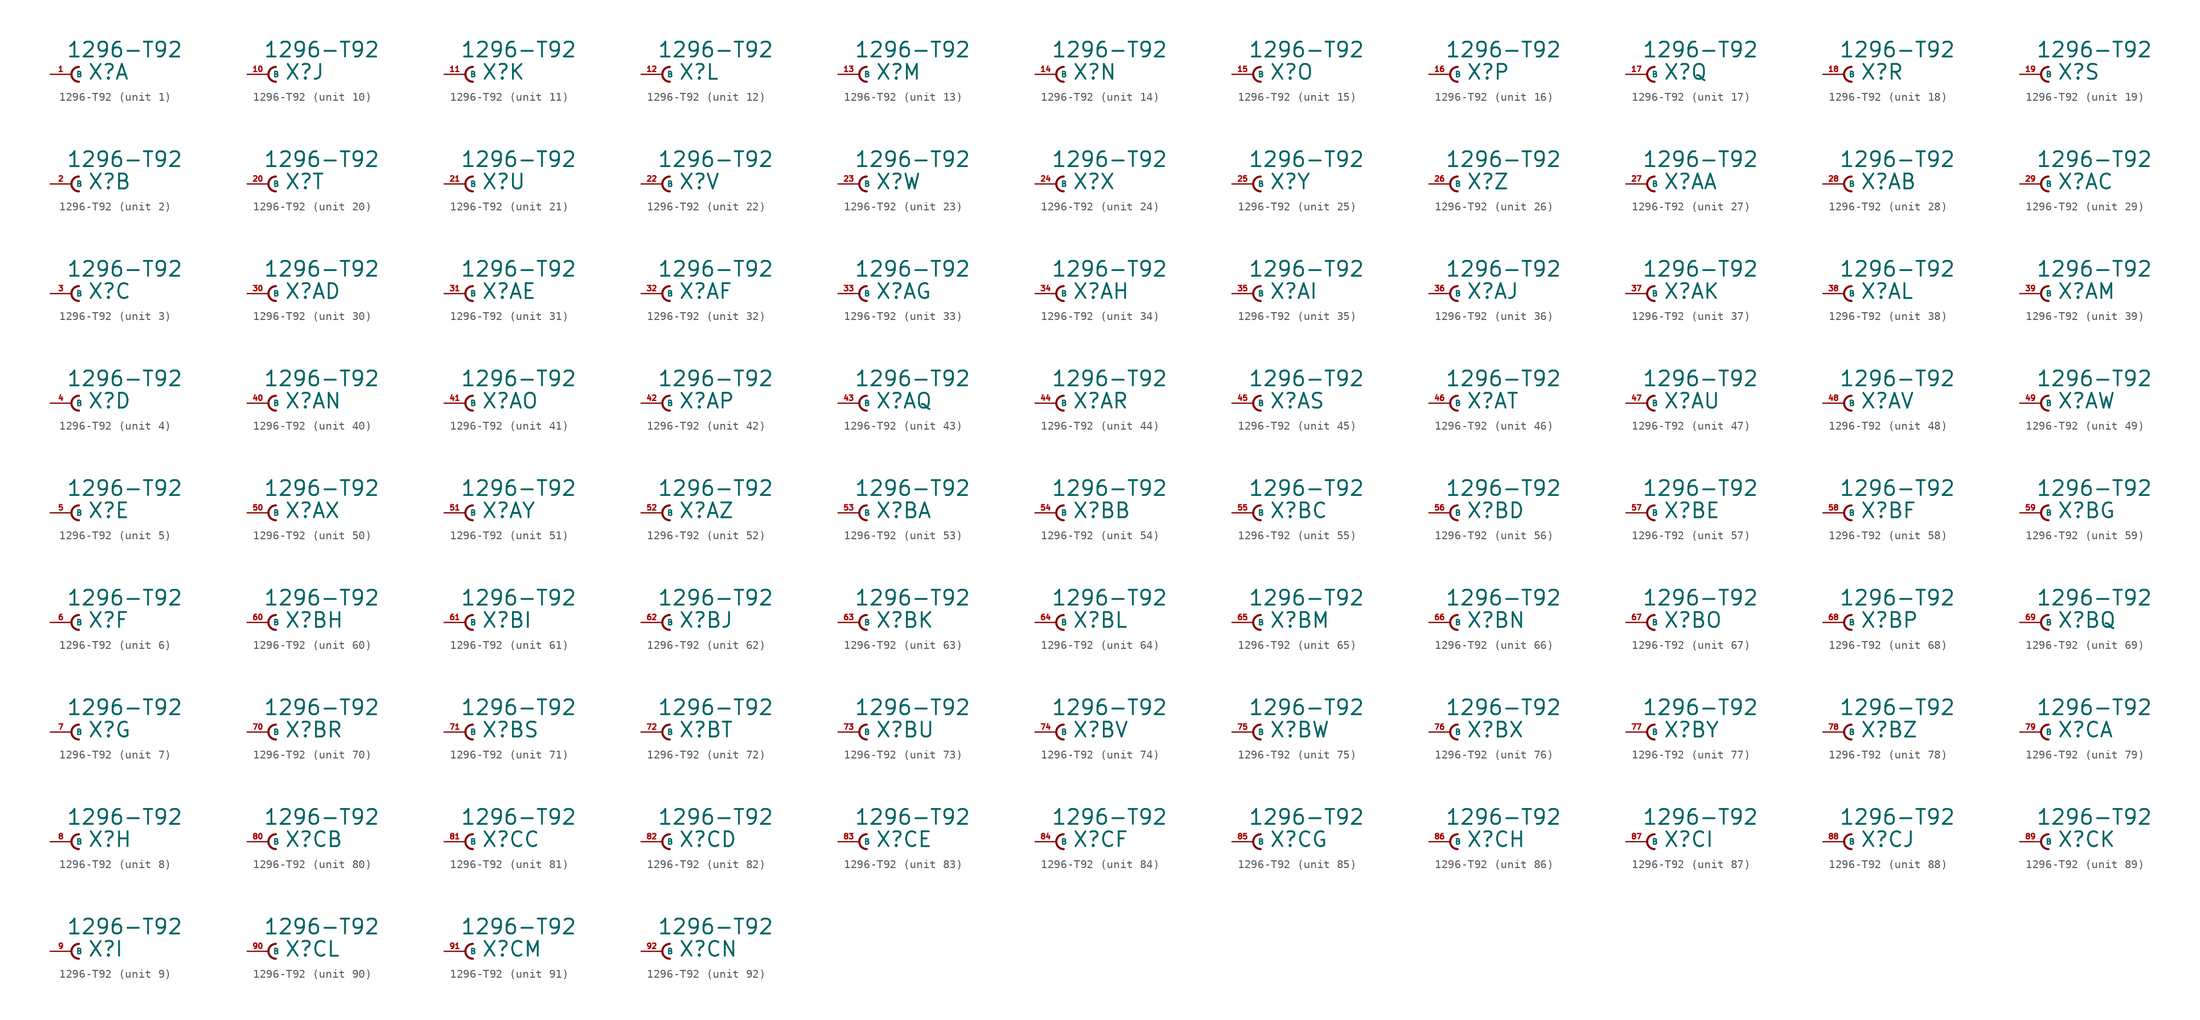
<source format=kicad_sym>
(kicad_symbol_lib
  (version 20220914)
  (generator Eagle2Kicad)
  (symbol "1296-T92"
    (property "Reference" "X"
      (at 1.905 -0.762 0)
      (effects (font (size 1.778 1.778) (thickness 0.22)) (justify left bottom)))
    (property "Value" "1296-T92"
      (at -0.635 1.905 0)
      (effects (font (size 1.778 1.778) (thickness 0.22)) (justify left bottom)))
    (symbol "1296-T92_1_0"
      (arc (start 0.889 0.889) (mid 0.000 0.000) (end 0.889 -0.889) (stroke (width 0.254) (type default)) (fill (type none)))
      (pin passive line (at -2.54 0 0) (length 2.54) (name "B" (effects (font (size 0.635 0.635) (thickness 0.08)) (justify left bottom))) (number "1" (effects (font (size 0.635 0.635) (thickness 0.08)) (justify left bottom)))))
    (symbol "1296-T92_2_0"
      (arc (start 0.889 0.889) (mid 0.000 0.000) (end 0.889 -0.889) (stroke (width 0.254) (type default)) (fill (type none)))
      (pin passive line (at -2.54 0 0) (length 2.54) (name "B" (effects (font (size 0.635 0.635) (thickness 0.08)) (justify left bottom))) (number "2" (effects (font (size 0.635 0.635) (thickness 0.08)) (justify left bottom)))))
    (symbol "1296-T92_3_0"
      (arc (start 0.889 0.889) (mid 0.000 0.000) (end 0.889 -0.889) (stroke (width 0.254) (type default)) (fill (type none)))
      (pin passive line (at -2.54 0 0) (length 2.54) (name "B" (effects (font (size 0.635 0.635) (thickness 0.08)) (justify left bottom))) (number "3" (effects (font (size 0.635 0.635) (thickness 0.08)) (justify left bottom)))))
    (symbol "1296-T92_4_0"
      (arc (start 0.889 0.889) (mid 0.000 0.000) (end 0.889 -0.889) (stroke (width 0.254) (type default)) (fill (type none)))
      (pin passive line (at -2.54 0 0) (length 2.54) (name "B" (effects (font (size 0.635 0.635) (thickness 0.08)) (justify left bottom))) (number "4" (effects (font (size 0.635 0.635) (thickness 0.08)) (justify left bottom)))))
    (symbol "1296-T92_5_0"
      (arc (start 0.889 0.889) (mid 0.000 0.000) (end 0.889 -0.889) (stroke (width 0.254) (type default)) (fill (type none)))
      (pin passive line (at -2.54 0 0) (length 2.54) (name "B" (effects (font (size 0.635 0.635) (thickness 0.08)) (justify left bottom))) (number "5" (effects (font (size 0.635 0.635) (thickness 0.08)) (justify left bottom)))))
    (symbol "1296-T92_6_0"
      (arc (start 0.889 0.889) (mid 0.000 0.000) (end 0.889 -0.889) (stroke (width 0.254) (type default)) (fill (type none)))
      (pin passive line (at -2.54 0 0) (length 2.54) (name "B" (effects (font (size 0.635 0.635) (thickness 0.08)) (justify left bottom))) (number "6" (effects (font (size 0.635 0.635) (thickness 0.08)) (justify left bottom)))))
    (symbol "1296-T92_7_0"
      (arc (start 0.889 0.889) (mid 0.000 0.000) (end 0.889 -0.889) (stroke (width 0.254) (type default)) (fill (type none)))
      (pin passive line (at -2.54 0 0) (length 2.54) (name "B" (effects (font (size 0.635 0.635) (thickness 0.08)) (justify left bottom))) (number "7" (effects (font (size 0.635 0.635) (thickness 0.08)) (justify left bottom)))))
    (symbol "1296-T92_8_0"
      (arc (start 0.889 0.889) (mid 0.000 0.000) (end 0.889 -0.889) (stroke (width 0.254) (type default)) (fill (type none)))
      (pin passive line (at -2.54 0 0) (length 2.54) (name "B" (effects (font (size 0.635 0.635) (thickness 0.08)) (justify left bottom))) (number "8" (effects (font (size 0.635 0.635) (thickness 0.08)) (justify left bottom)))))
    (symbol "1296-T92_9_0"
      (arc (start 0.889 0.889) (mid 0.000 0.000) (end 0.889 -0.889) (stroke (width 0.254) (type default)) (fill (type none)))
      (pin passive line (at -2.54 0 0) (length 2.54) (name "B" (effects (font (size 0.635 0.635) (thickness 0.08)) (justify left bottom))) (number "9" (effects (font (size 0.635 0.635) (thickness 0.08)) (justify left bottom)))))
    (symbol "1296-T92_10_0"
      (arc (start 0.889 0.889) (mid 0.000 0.000) (end 0.889 -0.889) (stroke (width 0.254) (type default)) (fill (type none)))
      (pin passive line (at -2.54 0 0) (length 2.54) (name "B" (effects (font (size 0.635 0.635) (thickness 0.08)) (justify left bottom))) (number "10" (effects (font (size 0.635 0.635) (thickness 0.08)) (justify left bottom)))))
    (symbol "1296-T92_11_0"
      (arc (start 0.889 0.889) (mid 0.000 0.000) (end 0.889 -0.889) (stroke (width 0.254) (type default)) (fill (type none)))
      (pin passive line (at -2.54 0 0) (length 2.54) (name "B" (effects (font (size 0.635 0.635) (thickness 0.08)) (justify left bottom))) (number "11" (effects (font (size 0.635 0.635) (thickness 0.08)) (justify left bottom)))))
    (symbol "1296-T92_12_0"
      (arc (start 0.889 0.889) (mid 0.000 0.000) (end 0.889 -0.889) (stroke (width 0.254) (type default)) (fill (type none)))
      (pin passive line (at -2.54 0 0) (length 2.54) (name "B" (effects (font (size 0.635 0.635) (thickness 0.08)) (justify left bottom))) (number "12" (effects (font (size 0.635 0.635) (thickness 0.08)) (justify left bottom)))))
    (symbol "1296-T92_13_0"
      (arc (start 0.889 0.889) (mid 0.000 0.000) (end 0.889 -0.889) (stroke (width 0.254) (type default)) (fill (type none)))
      (pin passive line (at -2.54 0 0) (length 2.54) (name "B" (effects (font (size 0.635 0.635) (thickness 0.08)) (justify left bottom))) (number "13" (effects (font (size 0.635 0.635) (thickness 0.08)) (justify left bottom)))))
    (symbol "1296-T92_14_0"
      (arc (start 0.889 0.889) (mid 0.000 0.000) (end 0.889 -0.889) (stroke (width 0.254) (type default)) (fill (type none)))
      (pin passive line (at -2.54 0 0) (length 2.54) (name "B" (effects (font (size 0.635 0.635) (thickness 0.08)) (justify left bottom))) (number "14" (effects (font (size 0.635 0.635) (thickness 0.08)) (justify left bottom)))))
    (symbol "1296-T92_15_0"
      (arc (start 0.889 0.889) (mid 0.000 0.000) (end 0.889 -0.889) (stroke (width 0.254) (type default)) (fill (type none)))
      (pin passive line (at -2.54 0 0) (length 2.54) (name "B" (effects (font (size 0.635 0.635) (thickness 0.08)) (justify left bottom))) (number "15" (effects (font (size 0.635 0.635) (thickness 0.08)) (justify left bottom)))))
    (symbol "1296-T92_16_0"
      (arc (start 0.889 0.889) (mid 0.000 0.000) (end 0.889 -0.889) (stroke (width 0.254) (type default)) (fill (type none)))
      (pin passive line (at -2.54 0 0) (length 2.54) (name "B" (effects (font (size 0.635 0.635) (thickness 0.08)) (justify left bottom))) (number "16" (effects (font (size 0.635 0.635) (thickness 0.08)) (justify left bottom)))))
    (symbol "1296-T92_17_0"
      (arc (start 0.889 0.889) (mid 0.000 0.000) (end 0.889 -0.889) (stroke (width 0.254) (type default)) (fill (type none)))
      (pin passive line (at -2.54 0 0) (length 2.54) (name "B" (effects (font (size 0.635 0.635) (thickness 0.08)) (justify left bottom))) (number "17" (effects (font (size 0.635 0.635) (thickness 0.08)) (justify left bottom)))))
    (symbol "1296-T92_18_0"
      (arc (start 0.889 0.889) (mid 0.000 0.000) (end 0.889 -0.889) (stroke (width 0.254) (type default)) (fill (type none)))
      (pin passive line (at -2.54 0 0) (length 2.54) (name "B" (effects (font (size 0.635 0.635) (thickness 0.08)) (justify left bottom))) (number "18" (effects (font (size 0.635 0.635) (thickness 0.08)) (justify left bottom)))))
    (symbol "1296-T92_19_0"
      (arc (start 0.889 0.889) (mid 0.000 0.000) (end 0.889 -0.889) (stroke (width 0.254) (type default)) (fill (type none)))
      (pin passive line (at -2.54 0 0) (length 2.54) (name "B" (effects (font (size 0.635 0.635) (thickness 0.08)) (justify left bottom))) (number "19" (effects (font (size 0.635 0.635) (thickness 0.08)) (justify left bottom)))))
    (symbol "1296-T92_20_0"
      (arc (start 0.889 0.889) (mid 0.000 0.000) (end 0.889 -0.889) (stroke (width 0.254) (type default)) (fill (type none)))
      (pin passive line (at -2.54 0 0) (length 2.54) (name "B" (effects (font (size 0.635 0.635) (thickness 0.08)) (justify left bottom))) (number "20" (effects (font (size 0.635 0.635) (thickness 0.08)) (justify left bottom)))))
    (symbol "1296-T92_21_0"
      (arc (start 0.889 0.889) (mid 0.000 0.000) (end 0.889 -0.889) (stroke (width 0.254) (type default)) (fill (type none)))
      (pin passive line (at -2.54 0 0) (length 2.54) (name "B" (effects (font (size 0.635 0.635) (thickness 0.08)) (justify left bottom))) (number "21" (effects (font (size 0.635 0.635) (thickness 0.08)) (justify left bottom)))))
    (symbol "1296-T92_22_0"
      (arc (start 0.889 0.889) (mid 0.000 0.000) (end 0.889 -0.889) (stroke (width 0.254) (type default)) (fill (type none)))
      (pin passive line (at -2.54 0 0) (length 2.54) (name "B" (effects (font (size 0.635 0.635) (thickness 0.08)) (justify left bottom))) (number "22" (effects (font (size 0.635 0.635) (thickness 0.08)) (justify left bottom)))))
    (symbol "1296-T92_23_0"
      (arc (start 0.889 0.889) (mid 0.000 0.000) (end 0.889 -0.889) (stroke (width 0.254) (type default)) (fill (type none)))
      (pin passive line (at -2.54 0 0) (length 2.54) (name "B" (effects (font (size 0.635 0.635) (thickness 0.08)) (justify left bottom))) (number "23" (effects (font (size 0.635 0.635) (thickness 0.08)) (justify left bottom)))))
    (symbol "1296-T92_24_0"
      (arc (start 0.889 0.889) (mid 0.000 0.000) (end 0.889 -0.889) (stroke (width 0.254) (type default)) (fill (type none)))
      (pin passive line (at -2.54 0 0) (length 2.54) (name "B" (effects (font (size 0.635 0.635) (thickness 0.08)) (justify left bottom))) (number "24" (effects (font (size 0.635 0.635) (thickness 0.08)) (justify left bottom)))))
    (symbol "1296-T92_25_0"
      (arc (start 0.889 0.889) (mid 0.000 0.000) (end 0.889 -0.889) (stroke (width 0.254) (type default)) (fill (type none)))
      (pin passive line (at -2.54 0 0) (length 2.54) (name "B" (effects (font (size 0.635 0.635) (thickness 0.08)) (justify left bottom))) (number "25" (effects (font (size 0.635 0.635) (thickness 0.08)) (justify left bottom)))))
    (symbol "1296-T92_26_0"
      (arc (start 0.889 0.889) (mid 0.000 0.000) (end 0.889 -0.889) (stroke (width 0.254) (type default)) (fill (type none)))
      (pin passive line (at -2.54 0 0) (length 2.54) (name "B" (effects (font (size 0.635 0.635) (thickness 0.08)) (justify left bottom))) (number "26" (effects (font (size 0.635 0.635) (thickness 0.08)) (justify left bottom)))))
    (symbol "1296-T92_27_0"
      (arc (start 0.889 0.889) (mid 0.000 0.000) (end 0.889 -0.889) (stroke (width 0.254) (type default)) (fill (type none)))
      (pin passive line (at -2.54 0 0) (length 2.54) (name "B" (effects (font (size 0.635 0.635) (thickness 0.08)) (justify left bottom))) (number "27" (effects (font (size 0.635 0.635) (thickness 0.08)) (justify left bottom)))))
    (symbol "1296-T92_28_0"
      (arc (start 0.889 0.889) (mid 0.000 0.000) (end 0.889 -0.889) (stroke (width 0.254) (type default)) (fill (type none)))
      (pin passive line (at -2.54 0 0) (length 2.54) (name "B" (effects (font (size 0.635 0.635) (thickness 0.08)) (justify left bottom))) (number "28" (effects (font (size 0.635 0.635) (thickness 0.08)) (justify left bottom)))))
    (symbol "1296-T92_29_0"
      (arc (start 0.889 0.889) (mid 0.000 0.000) (end 0.889 -0.889) (stroke (width 0.254) (type default)) (fill (type none)))
      (pin passive line (at -2.54 0 0) (length 2.54) (name "B" (effects (font (size 0.635 0.635) (thickness 0.08)) (justify left bottom))) (number "29" (effects (font (size 0.635 0.635) (thickness 0.08)) (justify left bottom)))))
    (symbol "1296-T92_30_0"
      (arc (start 0.889 0.889) (mid 0.000 0.000) (end 0.889 -0.889) (stroke (width 0.254) (type default)) (fill (type none)))
      (pin passive line (at -2.54 0 0) (length 2.54) (name "B" (effects (font (size 0.635 0.635) (thickness 0.08)) (justify left bottom))) (number "30" (effects (font (size 0.635 0.635) (thickness 0.08)) (justify left bottom)))))
    (symbol "1296-T92_31_0"
      (arc (start 0.889 0.889) (mid 0.000 0.000) (end 0.889 -0.889) (stroke (width 0.254) (type default)) (fill (type none)))
      (pin passive line (at -2.54 0 0) (length 2.54) (name "B" (effects (font (size 0.635 0.635) (thickness 0.08)) (justify left bottom))) (number "31" (effects (font (size 0.635 0.635) (thickness 0.08)) (justify left bottom)))))
    (symbol "1296-T92_32_0"
      (arc (start 0.889 0.889) (mid 0.000 0.000) (end 0.889 -0.889) (stroke (width 0.254) (type default)) (fill (type none)))
      (pin passive line (at -2.54 0 0) (length 2.54) (name "B" (effects (font (size 0.635 0.635) (thickness 0.08)) (justify left bottom))) (number "32" (effects (font (size 0.635 0.635) (thickness 0.08)) (justify left bottom)))))
    (symbol "1296-T92_33_0"
      (arc (start 0.889 0.889) (mid 0.000 0.000) (end 0.889 -0.889) (stroke (width 0.254) (type default)) (fill (type none)))
      (pin passive line (at -2.54 0 0) (length 2.54) (name "B" (effects (font (size 0.635 0.635) (thickness 0.08)) (justify left bottom))) (number "33" (effects (font (size 0.635 0.635) (thickness 0.08)) (justify left bottom)))))
    (symbol "1296-T92_34_0"
      (arc (start 0.889 0.889) (mid 0.000 0.000) (end 0.889 -0.889) (stroke (width 0.254) (type default)) (fill (type none)))
      (pin passive line (at -2.54 0 0) (length 2.54) (name "B" (effects (font (size 0.635 0.635) (thickness 0.08)) (justify left bottom))) (number "34" (effects (font (size 0.635 0.635) (thickness 0.08)) (justify left bottom)))))
    (symbol "1296-T92_35_0"
      (arc (start 0.889 0.889) (mid 0.000 0.000) (end 0.889 -0.889) (stroke (width 0.254) (type default)) (fill (type none)))
      (pin passive line (at -2.54 0 0) (length 2.54) (name "B" (effects (font (size 0.635 0.635) (thickness 0.08)) (justify left bottom))) (number "35" (effects (font (size 0.635 0.635) (thickness 0.08)) (justify left bottom)))))
    (symbol "1296-T92_36_0"
      (arc (start 0.889 0.889) (mid 0.000 0.000) (end 0.889 -0.889) (stroke (width 0.254) (type default)) (fill (type none)))
      (pin passive line (at -2.54 0 0) (length 2.54) (name "B" (effects (font (size 0.635 0.635) (thickness 0.08)) (justify left bottom))) (number "36" (effects (font (size 0.635 0.635) (thickness 0.08)) (justify left bottom)))))
    (symbol "1296-T92_37_0"
      (arc (start 0.889 0.889) (mid 0.000 0.000) (end 0.889 -0.889) (stroke (width 0.254) (type default)) (fill (type none)))
      (pin passive line (at -2.54 0 0) (length 2.54) (name "B" (effects (font (size 0.635 0.635) (thickness 0.08)) (justify left bottom))) (number "37" (effects (font (size 0.635 0.635) (thickness 0.08)) (justify left bottom)))))
    (symbol "1296-T92_38_0"
      (arc (start 0.889 0.889) (mid 0.000 0.000) (end 0.889 -0.889) (stroke (width 0.254) (type default)) (fill (type none)))
      (pin passive line (at -2.54 0 0) (length 2.54) (name "B" (effects (font (size 0.635 0.635) (thickness 0.08)) (justify left bottom))) (number "38" (effects (font (size 0.635 0.635) (thickness 0.08)) (justify left bottom)))))
    (symbol "1296-T92_39_0"
      (arc (start 0.889 0.889) (mid 0.000 0.000) (end 0.889 -0.889) (stroke (width 0.254) (type default)) (fill (type none)))
      (pin passive line (at -2.54 0 0) (length 2.54) (name "B" (effects (font (size 0.635 0.635) (thickness 0.08)) (justify left bottom))) (number "39" (effects (font (size 0.635 0.635) (thickness 0.08)) (justify left bottom)))))
    (symbol "1296-T92_40_0"
      (arc (start 0.889 0.889) (mid 0.000 0.000) (end 0.889 -0.889) (stroke (width 0.254) (type default)) (fill (type none)))
      (pin passive line (at -2.54 0 0) (length 2.54) (name "B" (effects (font (size 0.635 0.635) (thickness 0.08)) (justify left bottom))) (number "40" (effects (font (size 0.635 0.635) (thickness 0.08)) (justify left bottom)))))
    (symbol "1296-T92_41_0"
      (arc (start 0.889 0.889) (mid 0.000 0.000) (end 0.889 -0.889) (stroke (width 0.254) (type default)) (fill (type none)))
      (pin passive line (at -2.54 0 0) (length 2.54) (name "B" (effects (font (size 0.635 0.635) (thickness 0.08)) (justify left bottom))) (number "41" (effects (font (size 0.635 0.635) (thickness 0.08)) (justify left bottom)))))
    (symbol "1296-T92_42_0"
      (arc (start 0.889 0.889) (mid 0.000 0.000) (end 0.889 -0.889) (stroke (width 0.254) (type default)) (fill (type none)))
      (pin passive line (at -2.54 0 0) (length 2.54) (name "B" (effects (font (size 0.635 0.635) (thickness 0.08)) (justify left bottom))) (number "42" (effects (font (size 0.635 0.635) (thickness 0.08)) (justify left bottom)))))
    (symbol "1296-T92_43_0"
      (arc (start 0.889 0.889) (mid 0.000 0.000) (end 0.889 -0.889) (stroke (width 0.254) (type default)) (fill (type none)))
      (pin passive line (at -2.54 0 0) (length 2.54) (name "B" (effects (font (size 0.635 0.635) (thickness 0.08)) (justify left bottom))) (number "43" (effects (font (size 0.635 0.635) (thickness 0.08)) (justify left bottom)))))
    (symbol "1296-T92_44_0"
      (arc (start 0.889 0.889) (mid 0.000 0.000) (end 0.889 -0.889) (stroke (width 0.254) (type default)) (fill (type none)))
      (pin passive line (at -2.54 0 0) (length 2.54) (name "B" (effects (font (size 0.635 0.635) (thickness 0.08)) (justify left bottom))) (number "44" (effects (font (size 0.635 0.635) (thickness 0.08)) (justify left bottom)))))
    (symbol "1296-T92_45_0"
      (arc (start 0.889 0.889) (mid 0.000 0.000) (end 0.889 -0.889) (stroke (width 0.254) (type default)) (fill (type none)))
      (pin passive line (at -2.54 0 0) (length 2.54) (name "B" (effects (font (size 0.635 0.635) (thickness 0.08)) (justify left bottom))) (number "45" (effects (font (size 0.635 0.635) (thickness 0.08)) (justify left bottom)))))
    (symbol "1296-T92_46_0"
      (arc (start 0.889 0.889) (mid 0.000 0.000) (end 0.889 -0.889) (stroke (width 0.254) (type default)) (fill (type none)))
      (pin passive line (at -2.54 0 0) (length 2.54) (name "B" (effects (font (size 0.635 0.635) (thickness 0.08)) (justify left bottom))) (number "46" (effects (font (size 0.635 0.635) (thickness 0.08)) (justify left bottom)))))
    (symbol "1296-T92_47_0"
      (arc (start 0.889 0.889) (mid 0.000 0.000) (end 0.889 -0.889) (stroke (width 0.254) (type default)) (fill (type none)))
      (pin passive line (at -2.54 0 0) (length 2.54) (name "B" (effects (font (size 0.635 0.635) (thickness 0.08)) (justify left bottom))) (number "47" (effects (font (size 0.635 0.635) (thickness 0.08)) (justify left bottom)))))
    (symbol "1296-T92_48_0"
      (arc (start 0.889 0.889) (mid 0.000 0.000) (end 0.889 -0.889) (stroke (width 0.254) (type default)) (fill (type none)))
      (pin passive line (at -2.54 0 0) (length 2.54) (name "B" (effects (font (size 0.635 0.635) (thickness 0.08)) (justify left bottom))) (number "48" (effects (font (size 0.635 0.635) (thickness 0.08)) (justify left bottom)))))
    (symbol "1296-T92_49_0"
      (arc (start 0.889 0.889) (mid 0.000 0.000) (end 0.889 -0.889) (stroke (width 0.254) (type default)) (fill (type none)))
      (pin passive line (at -2.54 0 0) (length 2.54) (name "B" (effects (font (size 0.635 0.635) (thickness 0.08)) (justify left bottom))) (number "49" (effects (font (size 0.635 0.635) (thickness 0.08)) (justify left bottom)))))
    (symbol "1296-T92_50_0"
      (arc (start 0.889 0.889) (mid 0.000 0.000) (end 0.889 -0.889) (stroke (width 0.254) (type default)) (fill (type none)))
      (pin passive line (at -2.54 0 0) (length 2.54) (name "B" (effects (font (size 0.635 0.635) (thickness 0.08)) (justify left bottom))) (number "50" (effects (font (size 0.635 0.635) (thickness 0.08)) (justify left bottom)))))
    (symbol "1296-T92_51_0"
      (arc (start 0.889 0.889) (mid 0.000 0.000) (end 0.889 -0.889) (stroke (width 0.254) (type default)) (fill (type none)))
      (pin passive line (at -2.54 0 0) (length 2.54) (name "B" (effects (font (size 0.635 0.635) (thickness 0.08)) (justify left bottom))) (number "51" (effects (font (size 0.635 0.635) (thickness 0.08)) (justify left bottom)))))
    (symbol "1296-T92_52_0"
      (arc (start 0.889 0.889) (mid 0.000 0.000) (end 0.889 -0.889) (stroke (width 0.254) (type default)) (fill (type none)))
      (pin passive line (at -2.54 0 0) (length 2.54) (name "B" (effects (font (size 0.635 0.635) (thickness 0.08)) (justify left bottom))) (number "52" (effects (font (size 0.635 0.635) (thickness 0.08)) (justify left bottom)))))
    (symbol "1296-T92_53_0"
      (arc (start 0.889 0.889) (mid 0.000 0.000) (end 0.889 -0.889) (stroke (width 0.254) (type default)) (fill (type none)))
      (pin passive line (at -2.54 0 0) (length 2.54) (name "B" (effects (font (size 0.635 0.635) (thickness 0.08)) (justify left bottom))) (number "53" (effects (font (size 0.635 0.635) (thickness 0.08)) (justify left bottom)))))
    (symbol "1296-T92_54_0"
      (arc (start 0.889 0.889) (mid 0.000 0.000) (end 0.889 -0.889) (stroke (width 0.254) (type default)) (fill (type none)))
      (pin passive line (at -2.54 0 0) (length 2.54) (name "B" (effects (font (size 0.635 0.635) (thickness 0.08)) (justify left bottom))) (number "54" (effects (font (size 0.635 0.635) (thickness 0.08)) (justify left bottom)))))
    (symbol "1296-T92_55_0"
      (arc (start 0.889 0.889) (mid 0.000 0.000) (end 0.889 -0.889) (stroke (width 0.254) (type default)) (fill (type none)))
      (pin passive line (at -2.54 0 0) (length 2.54) (name "B" (effects (font (size 0.635 0.635) (thickness 0.08)) (justify left bottom))) (number "55" (effects (font (size 0.635 0.635) (thickness 0.08)) (justify left bottom)))))
    (symbol "1296-T92_56_0"
      (arc (start 0.889 0.889) (mid 0.000 0.000) (end 0.889 -0.889) (stroke (width 0.254) (type default)) (fill (type none)))
      (pin passive line (at -2.54 0 0) (length 2.54) (name "B" (effects (font (size 0.635 0.635) (thickness 0.08)) (justify left bottom))) (number "56" (effects (font (size 0.635 0.635) (thickness 0.08)) (justify left bottom)))))
    (symbol "1296-T92_57_0"
      (arc (start 0.889 0.889) (mid 0.000 0.000) (end 0.889 -0.889) (stroke (width 0.254) (type default)) (fill (type none)))
      (pin passive line (at -2.54 0 0) (length 2.54) (name "B" (effects (font (size 0.635 0.635) (thickness 0.08)) (justify left bottom))) (number "57" (effects (font (size 0.635 0.635) (thickness 0.08)) (justify left bottom)))))
    (symbol "1296-T92_58_0"
      (arc (start 0.889 0.889) (mid 0.000 0.000) (end 0.889 -0.889) (stroke (width 0.254) (type default)) (fill (type none)))
      (pin passive line (at -2.54 0 0) (length 2.54) (name "B" (effects (font (size 0.635 0.635) (thickness 0.08)) (justify left bottom))) (number "58" (effects (font (size 0.635 0.635) (thickness 0.08)) (justify left bottom)))))
    (symbol "1296-T92_59_0"
      (arc (start 0.889 0.889) (mid 0.000 0.000) (end 0.889 -0.889) (stroke (width 0.254) (type default)) (fill (type none)))
      (pin passive line (at -2.54 0 0) (length 2.54) (name "B" (effects (font (size 0.635 0.635) (thickness 0.08)) (justify left bottom))) (number "59" (effects (font (size 0.635 0.635) (thickness 0.08)) (justify left bottom)))))
    (symbol "1296-T92_60_0"
      (arc (start 0.889 0.889) (mid 0.000 0.000) (end 0.889 -0.889) (stroke (width 0.254) (type default)) (fill (type none)))
      (pin passive line (at -2.54 0 0) (length 2.54) (name "B" (effects (font (size 0.635 0.635) (thickness 0.08)) (justify left bottom))) (number "60" (effects (font (size 0.635 0.635) (thickness 0.08)) (justify left bottom)))))
    (symbol "1296-T92_61_0"
      (arc (start 0.889 0.889) (mid 0.000 0.000) (end 0.889 -0.889) (stroke (width 0.254) (type default)) (fill (type none)))
      (pin passive line (at -2.54 0 0) (length 2.54) (name "B" (effects (font (size 0.635 0.635) (thickness 0.08)) (justify left bottom))) (number "61" (effects (font (size 0.635 0.635) (thickness 0.08)) (justify left bottom)))))
    (symbol "1296-T92_62_0"
      (arc (start 0.889 0.889) (mid 0.000 0.000) (end 0.889 -0.889) (stroke (width 0.254) (type default)) (fill (type none)))
      (pin passive line (at -2.54 0 0) (length 2.54) (name "B" (effects (font (size 0.635 0.635) (thickness 0.08)) (justify left bottom))) (number "62" (effects (font (size 0.635 0.635) (thickness 0.08)) (justify left bottom)))))
    (symbol "1296-T92_63_0"
      (arc (start 0.889 0.889) (mid 0.000 0.000) (end 0.889 -0.889) (stroke (width 0.254) (type default)) (fill (type none)))
      (pin passive line (at -2.54 0 0) (length 2.54) (name "B" (effects (font (size 0.635 0.635) (thickness 0.08)) (justify left bottom))) (number "63" (effects (font (size 0.635 0.635) (thickness 0.08)) (justify left bottom)))))
    (symbol "1296-T92_64_0"
      (arc (start 0.889 0.889) (mid 0.000 0.000) (end 0.889 -0.889) (stroke (width 0.254) (type default)) (fill (type none)))
      (pin passive line (at -2.54 0 0) (length 2.54) (name "B" (effects (font (size 0.635 0.635) (thickness 0.08)) (justify left bottom))) (number "64" (effects (font (size 0.635 0.635) (thickness 0.08)) (justify left bottom)))))
    (symbol "1296-T92_65_0"
      (arc (start 0.889 0.889) (mid 0.000 0.000) (end 0.889 -0.889) (stroke (width 0.254) (type default)) (fill (type none)))
      (pin passive line (at -2.54 0 0) (length 2.54) (name "B" (effects (font (size 0.635 0.635) (thickness 0.08)) (justify left bottom))) (number "65" (effects (font (size 0.635 0.635) (thickness 0.08)) (justify left bottom)))))
    (symbol "1296-T92_66_0"
      (arc (start 0.889 0.889) (mid 0.000 0.000) (end 0.889 -0.889) (stroke (width 0.254) (type default)) (fill (type none)))
      (pin passive line (at -2.54 0 0) (length 2.54) (name "B" (effects (font (size 0.635 0.635) (thickness 0.08)) (justify left bottom))) (number "66" (effects (font (size 0.635 0.635) (thickness 0.08)) (justify left bottom)))))
    (symbol "1296-T92_67_0"
      (arc (start 0.889 0.889) (mid 0.000 0.000) (end 0.889 -0.889) (stroke (width 0.254) (type default)) (fill (type none)))
      (pin passive line (at -2.54 0 0) (length 2.54) (name "B" (effects (font (size 0.635 0.635) (thickness 0.08)) (justify left bottom))) (number "67" (effects (font (size 0.635 0.635) (thickness 0.08)) (justify left bottom)))))
    (symbol "1296-T92_68_0"
      (arc (start 0.889 0.889) (mid 0.000 0.000) (end 0.889 -0.889) (stroke (width 0.254) (type default)) (fill (type none)))
      (pin passive line (at -2.54 0 0) (length 2.54) (name "B" (effects (font (size 0.635 0.635) (thickness 0.08)) (justify left bottom))) (number "68" (effects (font (size 0.635 0.635) (thickness 0.08)) (justify left bottom)))))
    (symbol "1296-T92_69_0"
      (arc (start 0.889 0.889) (mid 0.000 0.000) (end 0.889 -0.889) (stroke (width 0.254) (type default)) (fill (type none)))
      (pin passive line (at -2.54 0 0) (length 2.54) (name "B" (effects (font (size 0.635 0.635) (thickness 0.08)) (justify left bottom))) (number "69" (effects (font (size 0.635 0.635) (thickness 0.08)) (justify left bottom)))))
    (symbol "1296-T92_70_0"
      (arc (start 0.889 0.889) (mid 0.000 0.000) (end 0.889 -0.889) (stroke (width 0.254) (type default)) (fill (type none)))
      (pin passive line (at -2.54 0 0) (length 2.54) (name "B" (effects (font (size 0.635 0.635) (thickness 0.08)) (justify left bottom))) (number "70" (effects (font (size 0.635 0.635) (thickness 0.08)) (justify left bottom)))))
    (symbol "1296-T92_71_0"
      (arc (start 0.889 0.889) (mid 0.000 0.000) (end 0.889 -0.889) (stroke (width 0.254) (type default)) (fill (type none)))
      (pin passive line (at -2.54 0 0) (length 2.54) (name "B" (effects (font (size 0.635 0.635) (thickness 0.08)) (justify left bottom))) (number "71" (effects (font (size 0.635 0.635) (thickness 0.08)) (justify left bottom)))))
    (symbol "1296-T92_72_0"
      (arc (start 0.889 0.889) (mid 0.000 0.000) (end 0.889 -0.889) (stroke (width 0.254) (type default)) (fill (type none)))
      (pin passive line (at -2.54 0 0) (length 2.54) (name "B" (effects (font (size 0.635 0.635) (thickness 0.08)) (justify left bottom))) (number "72" (effects (font (size 0.635 0.635) (thickness 0.08)) (justify left bottom)))))
    (symbol "1296-T92_73_0"
      (arc (start 0.889 0.889) (mid 0.000 0.000) (end 0.889 -0.889) (stroke (width 0.254) (type default)) (fill (type none)))
      (pin passive line (at -2.54 0 0) (length 2.54) (name "B" (effects (font (size 0.635 0.635) (thickness 0.08)) (justify left bottom))) (number "73" (effects (font (size 0.635 0.635) (thickness 0.08)) (justify left bottom)))))
    (symbol "1296-T92_74_0"
      (arc (start 0.889 0.889) (mid 0.000 0.000) (end 0.889 -0.889) (stroke (width 0.254) (type default)) (fill (type none)))
      (pin passive line (at -2.54 0 0) (length 2.54) (name "B" (effects (font (size 0.635 0.635) (thickness 0.08)) (justify left bottom))) (number "74" (effects (font (size 0.635 0.635) (thickness 0.08)) (justify left bottom)))))
    (symbol "1296-T92_75_0"
      (arc (start 0.889 0.889) (mid 0.000 0.000) (end 0.889 -0.889) (stroke (width 0.254) (type default)) (fill (type none)))
      (pin passive line (at -2.54 0 0) (length 2.54) (name "B" (effects (font (size 0.635 0.635) (thickness 0.08)) (justify left bottom))) (number "75" (effects (font (size 0.635 0.635) (thickness 0.08)) (justify left bottom)))))
    (symbol "1296-T92_76_0"
      (arc (start 0.889 0.889) (mid 0.000 0.000) (end 0.889 -0.889) (stroke (width 0.254) (type default)) (fill (type none)))
      (pin passive line (at -2.54 0 0) (length 2.54) (name "B" (effects (font (size 0.635 0.635) (thickness 0.08)) (justify left bottom))) (number "76" (effects (font (size 0.635 0.635) (thickness 0.08)) (justify left bottom)))))
    (symbol "1296-T92_77_0"
      (arc (start 0.889 0.889) (mid 0.000 0.000) (end 0.889 -0.889) (stroke (width 0.254) (type default)) (fill (type none)))
      (pin passive line (at -2.54 0 0) (length 2.54) (name "B" (effects (font (size 0.635 0.635) (thickness 0.08)) (justify left bottom))) (number "77" (effects (font (size 0.635 0.635) (thickness 0.08)) (justify left bottom)))))
    (symbol "1296-T92_78_0"
      (arc (start 0.889 0.889) (mid 0.000 0.000) (end 0.889 -0.889) (stroke (width 0.254) (type default)) (fill (type none)))
      (pin passive line (at -2.54 0 0) (length 2.54) (name "B" (effects (font (size 0.635 0.635) (thickness 0.08)) (justify left bottom))) (number "78" (effects (font (size 0.635 0.635) (thickness 0.08)) (justify left bottom)))))
    (symbol "1296-T92_79_0"
      (arc (start 0.889 0.889) (mid 0.000 0.000) (end 0.889 -0.889) (stroke (width 0.254) (type default)) (fill (type none)))
      (pin passive line (at -2.54 0 0) (length 2.54) (name "B" (effects (font (size 0.635 0.635) (thickness 0.08)) (justify left bottom))) (number "79" (effects (font (size 0.635 0.635) (thickness 0.08)) (justify left bottom)))))
    (symbol "1296-T92_80_0"
      (arc (start 0.889 0.889) (mid 0.000 0.000) (end 0.889 -0.889) (stroke (width 0.254) (type default)) (fill (type none)))
      (pin passive line (at -2.54 0 0) (length 2.54) (name "B" (effects (font (size 0.635 0.635) (thickness 0.08)) (justify left bottom))) (number "80" (effects (font (size 0.635 0.635) (thickness 0.08)) (justify left bottom)))))
    (symbol "1296-T92_81_0"
      (arc (start 0.889 0.889) (mid 0.000 0.000) (end 0.889 -0.889) (stroke (width 0.254) (type default)) (fill (type none)))
      (pin passive line (at -2.54 0 0) (length 2.54) (name "B" (effects (font (size 0.635 0.635) (thickness 0.08)) (justify left bottom))) (number "81" (effects (font (size 0.635 0.635) (thickness 0.08)) (justify left bottom)))))
    (symbol "1296-T92_82_0"
      (arc (start 0.889 0.889) (mid 0.000 0.000) (end 0.889 -0.889) (stroke (width 0.254) (type default)) (fill (type none)))
      (pin passive line (at -2.54 0 0) (length 2.54) (name "B" (effects (font (size 0.635 0.635) (thickness 0.08)) (justify left bottom))) (number "82" (effects (font (size 0.635 0.635) (thickness 0.08)) (justify left bottom)))))
    (symbol "1296-T92_83_0"
      (arc (start 0.889 0.889) (mid 0.000 0.000) (end 0.889 -0.889) (stroke (width 0.254) (type default)) (fill (type none)))
      (pin passive line (at -2.54 0 0) (length 2.54) (name "B" (effects (font (size 0.635 0.635) (thickness 0.08)) (justify left bottom))) (number "83" (effects (font (size 0.635 0.635) (thickness 0.08)) (justify left bottom)))))
    (symbol "1296-T92_84_0"
      (arc (start 0.889 0.889) (mid 0.000 0.000) (end 0.889 -0.889) (stroke (width 0.254) (type default)) (fill (type none)))
      (pin passive line (at -2.54 0 0) (length 2.54) (name "B" (effects (font (size 0.635 0.635) (thickness 0.08)) (justify left bottom))) (number "84" (effects (font (size 0.635 0.635) (thickness 0.08)) (justify left bottom)))))
    (symbol "1296-T92_85_0"
      (arc (start 0.889 0.889) (mid 0.000 0.000) (end 0.889 -0.889) (stroke (width 0.254) (type default)) (fill (type none)))
      (pin passive line (at -2.54 0 0) (length 2.54) (name "B" (effects (font (size 0.635 0.635) (thickness 0.08)) (justify left bottom))) (number "85" (effects (font (size 0.635 0.635) (thickness 0.08)) (justify left bottom)))))
    (symbol "1296-T92_86_0"
      (arc (start 0.889 0.889) (mid 0.000 0.000) (end 0.889 -0.889) (stroke (width 0.254) (type default)) (fill (type none)))
      (pin passive line (at -2.54 0 0) (length 2.54) (name "B" (effects (font (size 0.635 0.635) (thickness 0.08)) (justify left bottom))) (number "86" (effects (font (size 0.635 0.635) (thickness 0.08)) (justify left bottom)))))
    (symbol "1296-T92_87_0"
      (arc (start 0.889 0.889) (mid 0.000 0.000) (end 0.889 -0.889) (stroke (width 0.254) (type default)) (fill (type none)))
      (pin passive line (at -2.54 0 0) (length 2.54) (name "B" (effects (font (size 0.635 0.635) (thickness 0.08)) (justify left bottom))) (number "87" (effects (font (size 0.635 0.635) (thickness 0.08)) (justify left bottom)))))
    (symbol "1296-T92_88_0"
      (arc (start 0.889 0.889) (mid 0.000 0.000) (end 0.889 -0.889) (stroke (width 0.254) (type default)) (fill (type none)))
      (pin passive line (at -2.54 0 0) (length 2.54) (name "B" (effects (font (size 0.635 0.635) (thickness 0.08)) (justify left bottom))) (number "88" (effects (font (size 0.635 0.635) (thickness 0.08)) (justify left bottom)))))
    (symbol "1296-T92_89_0"
      (arc (start 0.889 0.889) (mid 0.000 0.000) (end 0.889 -0.889) (stroke (width 0.254) (type default)) (fill (type none)))
      (pin passive line (at -2.54 0 0) (length 2.54) (name "B" (effects (font (size 0.635 0.635) (thickness 0.08)) (justify left bottom))) (number "89" (effects (font (size 0.635 0.635) (thickness 0.08)) (justify left bottom)))))
    (symbol "1296-T92_90_0"
      (arc (start 0.889 0.889) (mid 0.000 0.000) (end 0.889 -0.889) (stroke (width 0.254) (type default)) (fill (type none)))
      (pin passive line (at -2.54 0 0) (length 2.54) (name "B" (effects (font (size 0.635 0.635) (thickness 0.08)) (justify left bottom))) (number "90" (effects (font (size 0.635 0.635) (thickness 0.08)) (justify left bottom)))))
    (symbol "1296-T92_91_0"
      (arc (start 0.889 0.889) (mid 0.000 0.000) (end 0.889 -0.889) (stroke (width 0.254) (type default)) (fill (type none)))
      (pin passive line (at -2.54 0 0) (length 2.54) (name "B" (effects (font (size 0.635 0.635) (thickness 0.08)) (justify left bottom))) (number "91" (effects (font (size 0.635 0.635) (thickness 0.08)) (justify left bottom)))))
    (symbol "1296-T92_92_0"
      (arc (start 0.889 0.889) (mid 0.000 0.000) (end 0.889 -0.889) (stroke (width 0.254) (type default)) (fill (type none)))
      (pin passive line (at -2.54 0 0) (length 2.54) (name "B" (effects (font (size 0.635 0.635) (thickness 0.08)) (justify left bottom))) (number "92" (effects (font (size 0.635 0.635) (thickness 0.08)) (justify left bottom)))))))
</source>
